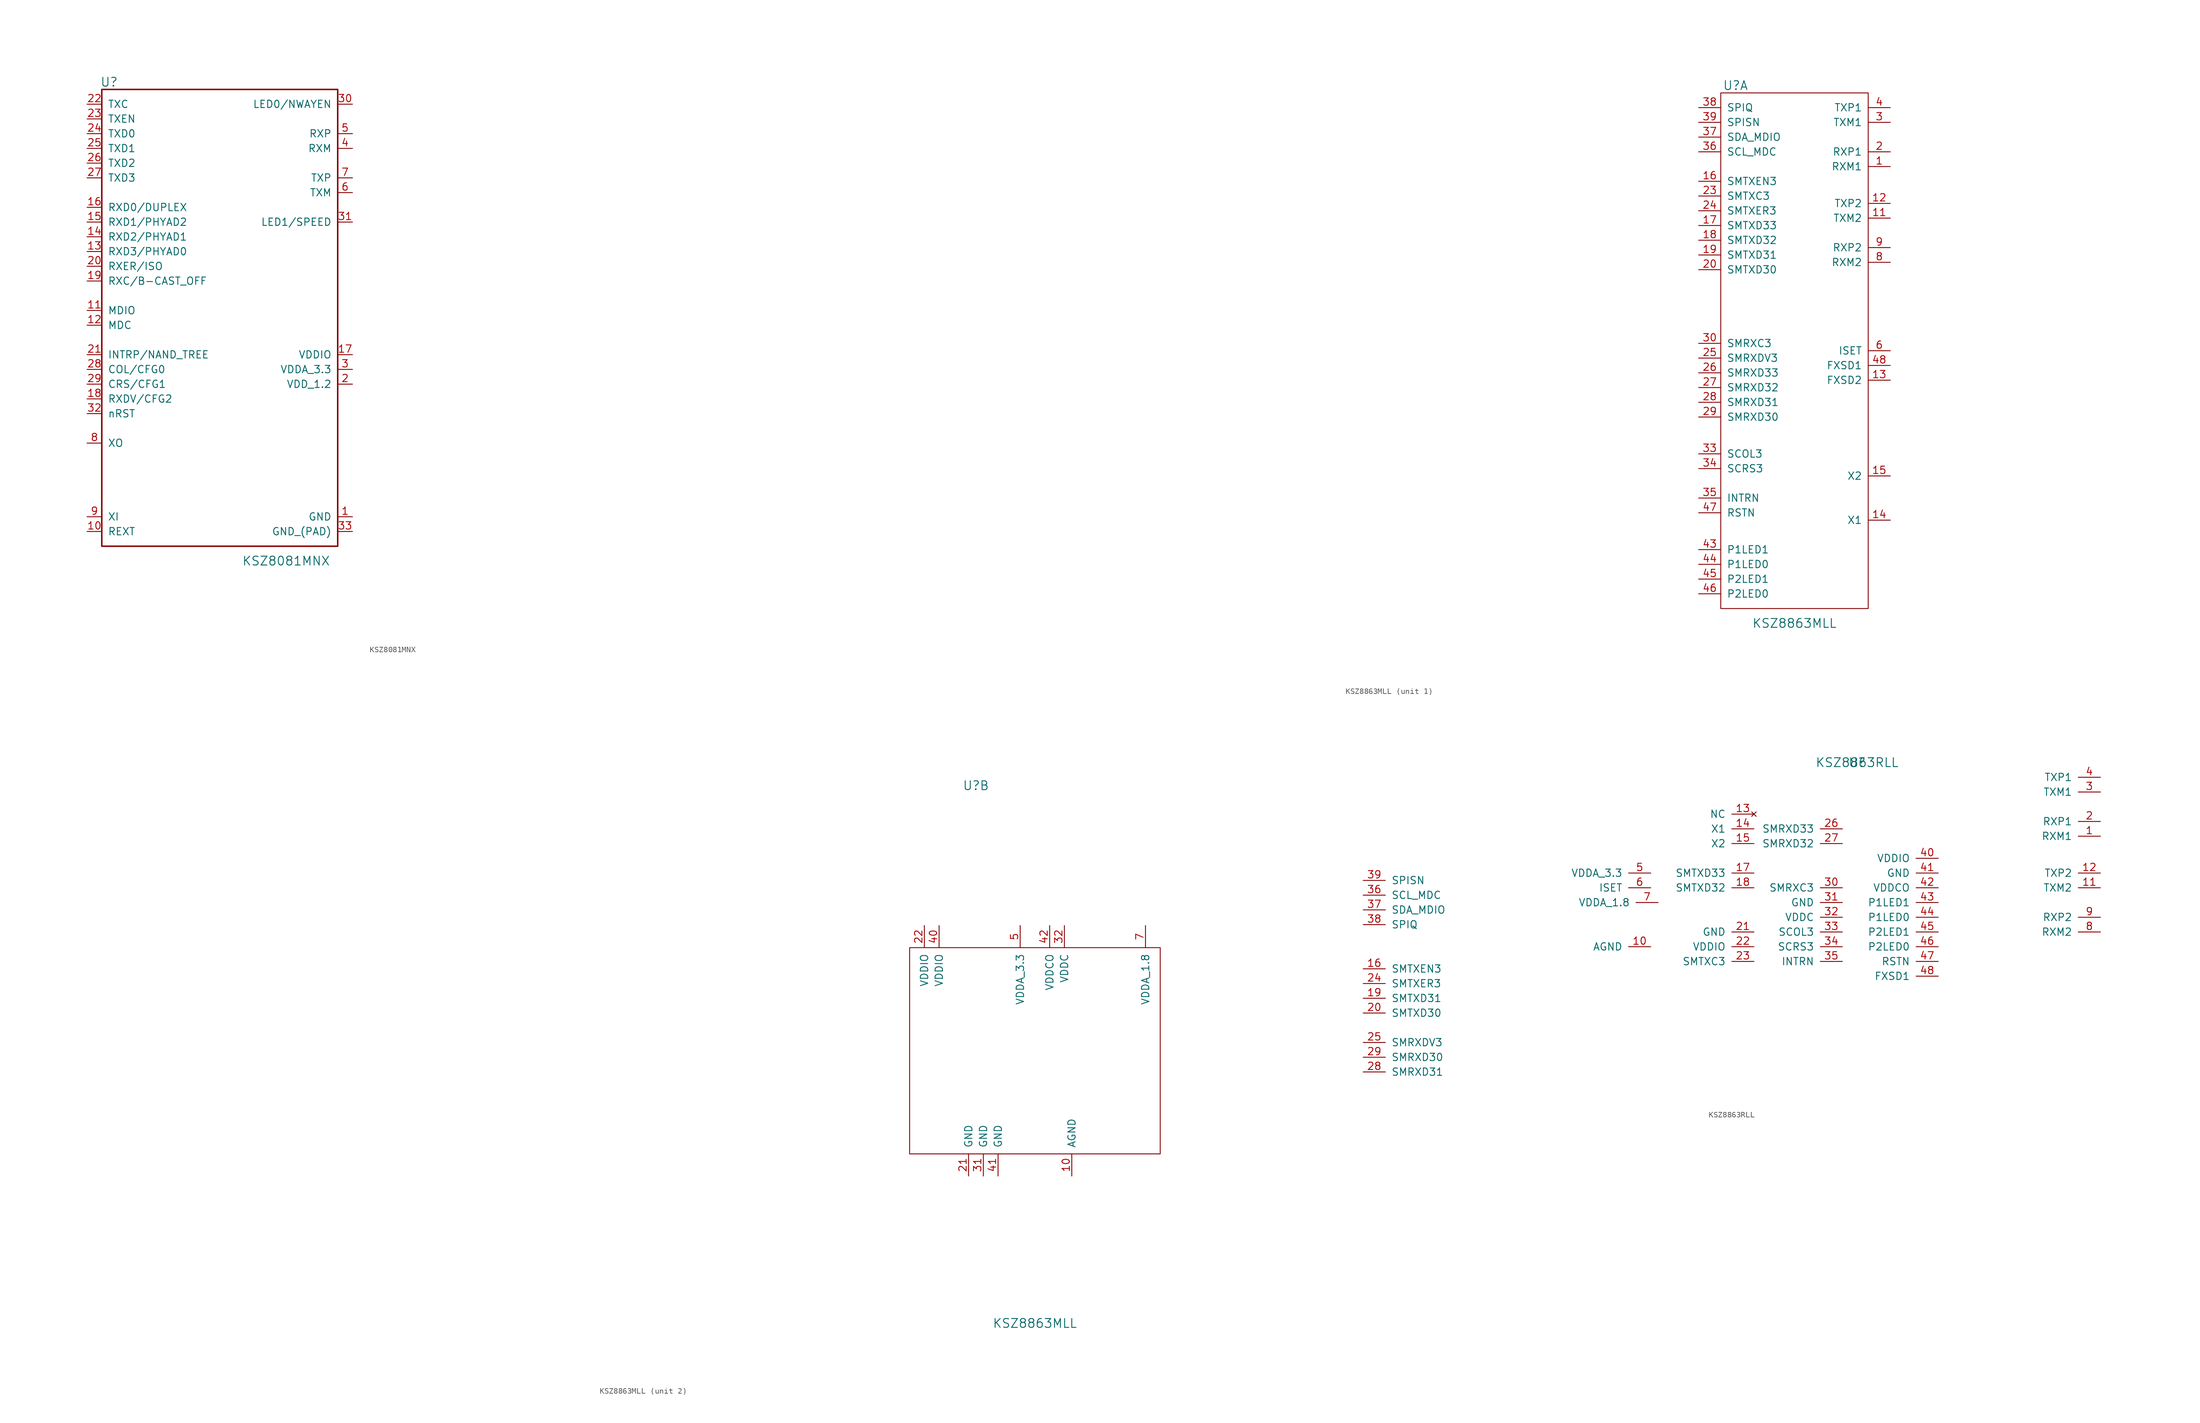
<source format=kicad_sym>
(kicad_symbol_lib
  (version 20210619)
  (generator kicad_symbol_editor)
  (symbol "tinkerforge:KSZ8081MNX"
    (pin_names
      (offset 1.016))
    (property "Reference" "U"
      (at -19.05 40.64 0)
      (effects (font (size 1.524 1.524))))
    (property "Value" "KSZ8081MNX"
      (at 11.43 -41.91 0)
      (effects (font (size 1.524 1.524))))
    (property "Footprint" ""
      (at 82.55 -46.99 0)
      (effects (font (size 1.524 1.524))))
    (property "Datasheet" ""
      (at 82.55 -46.99 0)
      (effects (font (size 1.524 1.524))))
    (symbol "KSZ8081MNX_0_1"
      (rectangle (start -20.32 39.37) (end 20.32 -39.37) (stroke (width 0.254)) (fill (type none))))
    (symbol "KSZ8081MNX_1_1"
      (pin passive line (at 22.86 -34.29 180) (length 2.54) (name "GND" (effects (font (size 1.27 1.27)))) (number "1" (effects (font (size 1.27 1.27)))))
      (pin passive line (at -22.86 -36.83 0) (length 2.54) (name "REXT" (effects (font (size 1.27 1.27)))) (number "10" (effects (font (size 1.27 1.27)))))
      (pin passive line (at -22.86 1.27 0) (length 2.54) (name "MDIO" (effects (font (size 1.27 1.27)))) (number "11" (effects (font (size 1.27 1.27)))))
      (pin passive line (at -22.86 -1.27 0) (length 2.54) (name "MDC" (effects (font (size 1.27 1.27)))) (number "12" (effects (font (size 1.27 1.27)))))
      (pin passive line (at -22.86 11.43 0) (length 2.54) (name "RXD3/PHYAD0" (effects (font (size 1.27 1.27)))) (number "13" (effects (font (size 1.27 1.27)))))
      (pin passive line (at -22.86 13.97 0) (length 2.54) (name "RXD2/PHYAD1" (effects (font (size 1.27 1.27)))) (number "14" (effects (font (size 1.27 1.27)))))
      (pin passive line (at -22.86 16.51 0) (length 2.54) (name "RXD1/PHYAD2" (effects (font (size 1.27 1.27)))) (number "15" (effects (font (size 1.27 1.27)))))
      (pin passive line (at -22.86 19.05 0) (length 2.54) (name "RXD0/DUPLEX" (effects (font (size 1.27 1.27)))) (number "16" (effects (font (size 1.27 1.27)))))
      (pin passive line (at 22.86 -6.35 180) (length 2.54) (name "VDDIO" (effects (font (size 1.27 1.27)))) (number "17" (effects (font (size 1.27 1.27)))))
      (pin passive line (at -22.86 -13.97 0) (length 2.54) (name "RXDV/CFG2" (effects (font (size 1.27 1.27)))) (number "18" (effects (font (size 1.27 1.27)))))
      (pin passive line (at -22.86 6.35 0) (length 2.54) (name "RXC/B-CAST_OFF" (effects (font (size 1.27 1.27)))) (number "19" (effects (font (size 1.27 1.27)))))
      (pin passive line (at 22.86 -11.43 180) (length 2.54) (name "VDD_1.2" (effects (font (size 1.27 1.27)))) (number "2" (effects (font (size 1.27 1.27)))))
      (pin passive line (at -22.86 8.89 0) (length 2.54) (name "RXER/ISO" (effects (font (size 1.27 1.27)))) (number "20" (effects (font (size 1.27 1.27)))))
      (pin passive line (at -22.86 -6.35 0) (length 2.54) (name "INTRP/NAND_TREE" (effects (font (size 1.27 1.27)))) (number "21" (effects (font (size 1.27 1.27)))))
      (pin passive line (at -22.86 36.83 0) (length 2.54) (name "TXC" (effects (font (size 1.27 1.27)))) (number "22" (effects (font (size 1.27 1.27)))))
      (pin passive line (at -22.86 34.29 0) (length 2.54) (name "TXEN" (effects (font (size 1.27 1.27)))) (number "23" (effects (font (size 1.27 1.27)))))
      (pin passive line (at -22.86 31.75 0) (length 2.54) (name "TXD0" (effects (font (size 1.27 1.27)))) (number "24" (effects (font (size 1.27 1.27)))))
      (pin passive line (at -22.86 29.21 0) (length 2.54) (name "TXD1" (effects (font (size 1.27 1.27)))) (number "25" (effects (font (size 1.27 1.27)))))
      (pin passive line (at -22.86 26.67 0) (length 2.54) (name "TXD2" (effects (font (size 1.27 1.27)))) (number "26" (effects (font (size 1.27 1.27)))))
      (pin passive line (at -22.86 24.13 0) (length 2.54) (name "TXD3" (effects (font (size 1.27 1.27)))) (number "27" (effects (font (size 1.27 1.27)))))
      (pin passive line (at -22.86 -8.89 0) (length 2.54) (name "COL/CFG0" (effects (font (size 1.27 1.27)))) (number "28" (effects (font (size 1.27 1.27)))))
      (pin passive line (at -22.86 -11.43 0) (length 2.54) (name "CRS/CFG1" (effects (font (size 1.27 1.27)))) (number "29" (effects (font (size 1.27 1.27)))))
      (pin passive line (at 22.86 -8.89 180) (length 2.54) (name "VDDA_3.3" (effects (font (size 1.27 1.27)))) (number "3" (effects (font (size 1.27 1.27)))))
      (pin passive line (at 22.86 36.83 180) (length 2.54) (name "LED0/NWAYEN" (effects (font (size 1.27 1.27)))) (number "30" (effects (font (size 1.27 1.27)))))
      (pin passive line (at 22.86 16.51 180) (length 2.54) (name "LED1/SPEED" (effects (font (size 1.27 1.27)))) (number "31" (effects (font (size 1.27 1.27)))))
      (pin passive line (at -22.86 -16.51 0) (length 2.54) (name "nRST" (effects (font (size 1.27 1.27)))) (number "32" (effects (font (size 1.27 1.27)))))
      (pin passive line (at 22.86 -36.83 180) (length 2.54) (name "GND_(PAD)" (effects (font (size 1.27 1.27)))) (number "33" (effects (font (size 1.27 1.27)))))
      (pin passive line (at 22.86 29.21 180) (length 2.54) (name "RXM" (effects (font (size 1.27 1.27)))) (number "4" (effects (font (size 1.27 1.27)))))
      (pin passive line (at 22.86 31.75 180) (length 2.54) (name "RXP" (effects (font (size 1.27 1.27)))) (number "5" (effects (font (size 1.27 1.27)))))
      (pin passive line (at 22.86 21.59 180) (length 2.54) (name "TXM" (effects (font (size 1.27 1.27)))) (number "6" (effects (font (size 1.27 1.27)))))
      (pin passive line (at 22.86 24.13 180) (length 2.54) (name "TXP" (effects (font (size 1.27 1.27)))) (number "7" (effects (font (size 1.27 1.27)))))
      (pin passive line (at -22.86 -21.59 0) (length 2.54) (name "XO" (effects (font (size 1.27 1.27)))) (number "8" (effects (font (size 1.27 1.27)))))
      (pin passive line (at -22.86 -34.29 0) (length 2.54) (name "XI" (effects (font (size 1.27 1.27)))) (number "9" (effects (font (size 1.27 1.27)))))))
  (symbol "tinkerforge:KSZ8863MLL"
    (pin_names
      (offset 1.016))
    (property "Reference" "U"
      (at -10.16 45.72 0)
      (effects (font (size 1.524 1.524))))
    (property "Value" "KSZ8863MLL"
      (at 0 -46.99 0)
      (effects (font (size 1.524 1.524))))
    (property "Footprint" ""
      (at -156.21 -8.89 0)
      (effects (font (size 1.524 1.524))))
    (property "Datasheet" ""
      (at -156.21 -8.89 0)
      (effects (font (size 1.524 1.524))))
    (symbol "KSZ8863MLL_1_1"
      (rectangle (start -12.7 44.45) (end 12.7 -44.45) (stroke (width 0)) (fill (type none)))
      (pin passive line (at 16.51 31.75 180) (length 3.81) (name "RXM1" (effects (font (size 1.27 1.27)))) (number "1" (effects (font (size 1.27 1.27)))))
      (pin passive line (at 16.51 22.86 180) (length 3.81) (name "TXM2" (effects (font (size 1.27 1.27)))) (number "11" (effects (font (size 1.27 1.27)))))
      (pin passive line (at 16.51 25.4 180) (length 3.81) (name "TXP2" (effects (font (size 1.27 1.27)))) (number "12" (effects (font (size 1.27 1.27)))))
      (pin passive line (at 16.51 -5.08 180) (length 3.81) (name "FXSD2" (effects (font (size 1.27 1.27)))) (number "13" (effects (font (size 1.27 1.27)))))
      (pin passive line (at 16.51 -29.21 180) (length 3.81) (name "X1" (effects (font (size 1.27 1.27)))) (number "14" (effects (font (size 1.27 1.27)))))
      (pin passive line (at 16.51 -21.59 180) (length 3.81) (name "X2" (effects (font (size 1.27 1.27)))) (number "15" (effects (font (size 1.27 1.27)))))
      (pin passive line (at -16.51 29.21 0) (length 3.81) (name "SMTXEN3" (effects (font (size 1.27 1.27)))) (number "16" (effects (font (size 1.27 1.27)))))
      (pin passive line (at -16.51 21.59 0) (length 3.81) (name "SMTXD33" (effects (font (size 1.27 1.27)))) (number "17" (effects (font (size 1.27 1.27)))))
      (pin passive line (at -16.51 19.05 0) (length 3.81) (name "SMTXD32" (effects (font (size 1.27 1.27)))) (number "18" (effects (font (size 1.27 1.27)))))
      (pin passive line (at -16.51 16.51 0) (length 3.81) (name "SMTXD31" (effects (font (size 1.27 1.27)))) (number "19" (effects (font (size 1.27 1.27)))))
      (pin passive line (at 16.51 34.29 180) (length 3.81) (name "RXP1" (effects (font (size 1.27 1.27)))) (number "2" (effects (font (size 1.27 1.27)))))
      (pin passive line (at -16.51 13.97 0) (length 3.81) (name "SMTXD30" (effects (font (size 1.27 1.27)))) (number "20" (effects (font (size 1.27 1.27)))))
      (pin passive line (at -16.51 26.67 0) (length 3.81) (name "SMTXC3" (effects (font (size 1.27 1.27)))) (number "23" (effects (font (size 1.27 1.27)))))
      (pin passive line (at -16.51 24.13 0) (length 3.81) (name "SMTXER3" (effects (font (size 1.27 1.27)))) (number "24" (effects (font (size 1.27 1.27)))))
      (pin passive line (at -16.51 -1.27 0) (length 3.81) (name "SMRXDV3" (effects (font (size 1.27 1.27)))) (number "25" (effects (font (size 1.27 1.27)))))
      (pin passive line (at -16.51 -3.81 0) (length 3.81) (name "SMRXD33" (effects (font (size 1.27 1.27)))) (number "26" (effects (font (size 1.27 1.27)))))
      (pin passive line (at -16.51 -6.35 0) (length 3.81) (name "SMRXD32" (effects (font (size 1.27 1.27)))) (number "27" (effects (font (size 1.27 1.27)))))
      (pin passive line (at -16.51 -8.89 0) (length 3.81) (name "SMRXD31" (effects (font (size 1.27 1.27)))) (number "28" (effects (font (size 1.27 1.27)))))
      (pin passive line (at -16.51 -11.43 0) (length 3.81) (name "SMRXD30" (effects (font (size 1.27 1.27)))) (number "29" (effects (font (size 1.27 1.27)))))
      (pin passive line (at 16.51 39.37 180) (length 3.81) (name "TXM1" (effects (font (size 1.27 1.27)))) (number "3" (effects (font (size 1.27 1.27)))))
      (pin passive line (at -16.51 1.27 0) (length 3.81) (name "SMRXC3" (effects (font (size 1.27 1.27)))) (number "30" (effects (font (size 1.27 1.27)))))
      (pin passive line (at -16.51 -17.78 0) (length 3.81) (name "SCOL3" (effects (font (size 1.27 1.27)))) (number "33" (effects (font (size 1.27 1.27)))))
      (pin passive line (at -16.51 -20.32 0) (length 3.81) (name "SCRS3" (effects (font (size 1.27 1.27)))) (number "34" (effects (font (size 1.27 1.27)))))
      (pin passive line (at -16.51 -25.4 0) (length 3.81) (name "INTRN" (effects (font (size 1.27 1.27)))) (number "35" (effects (font (size 1.27 1.27)))))
      (pin passive line (at -16.51 34.29 0) (length 3.81) (name "SCL_MDC" (effects (font (size 1.27 1.27)))) (number "36" (effects (font (size 1.27 1.27)))))
      (pin passive line (at -16.51 36.83 0) (length 3.81) (name "SDA_MDIO" (effects (font (size 1.27 1.27)))) (number "37" (effects (font (size 1.27 1.27)))))
      (pin passive line (at -16.51 41.91 0) (length 3.81) (name "SPIQ" (effects (font (size 1.27 1.27)))) (number "38" (effects (font (size 1.27 1.27)))))
      (pin passive line (at -16.51 39.37 0) (length 3.81) (name "SPISN" (effects (font (size 1.27 1.27)))) (number "39" (effects (font (size 1.27 1.27)))))
      (pin passive line (at 16.51 41.91 180) (length 3.81) (name "TXP1" (effects (font (size 1.27 1.27)))) (number "4" (effects (font (size 1.27 1.27)))))
      (pin passive line (at -16.51 -34.29 0) (length 3.81) (name "P1LED1" (effects (font (size 1.27 1.27)))) (number "43" (effects (font (size 1.27 1.27)))))
      (pin passive line (at -16.51 -36.83 0) (length 3.81) (name "P1LED0" (effects (font (size 1.27 1.27)))) (number "44" (effects (font (size 1.27 1.27)))))
      (pin passive line (at -16.51 -39.37 0) (length 3.81) (name "P2LED1" (effects (font (size 1.27 1.27)))) (number "45" (effects (font (size 1.27 1.27)))))
      (pin passive line (at -16.51 -41.91 0) (length 3.81) (name "P2LED0" (effects (font (size 1.27 1.27)))) (number "46" (effects (font (size 1.27 1.27)))))
      (pin passive line (at -16.51 -27.94 0) (length 3.81) (name "RSTN" (effects (font (size 1.27 1.27)))) (number "47" (effects (font (size 1.27 1.27)))))
      (pin passive line (at 16.51 -2.54 180) (length 3.81) (name "FXSD1" (effects (font (size 1.27 1.27)))) (number "48" (effects (font (size 1.27 1.27)))))
      (pin passive line (at 16.51 0 180) (length 3.81) (name "ISET" (effects (font (size 1.27 1.27)))) (number "6" (effects (font (size 1.27 1.27)))))
      (pin passive line (at 16.51 15.24 180) (length 3.81) (name "RXM2" (effects (font (size 1.27 1.27)))) (number "8" (effects (font (size 1.27 1.27)))))
      (pin passive line (at 16.51 17.78 180) (length 3.81) (name "RXP2" (effects (font (size 1.27 1.27)))) (number "9" (effects (font (size 1.27 1.27))))))
    (symbol "KSZ8863MLL_2_1"
      (rectangle (start -21.59 17.78) (end 21.59 -17.78) (stroke (width 0)) (fill (type none)))
      (pin passive line (at 6.35 -21.59 90) (length 3.81) (name "AGND" (effects (font (size 1.27 1.27)))) (number "10" (effects (font (size 1.27 1.27)))))
      (pin passive line (at -11.43 -21.59 90) (length 3.81) (name "GND" (effects (font (size 1.27 1.27)))) (number "21" (effects (font (size 1.27 1.27)))))
      (pin passive line (at -19.05 21.59 270) (length 3.81) (name "VDDIO" (effects (font (size 1.27 1.27)))) (number "22" (effects (font (size 1.27 1.27)))))
      (pin passive line (at -8.89 -21.59 90) (length 3.81) (name "GND" (effects (font (size 1.27 1.27)))) (number "31" (effects (font (size 1.27 1.27)))))
      (pin passive line (at 5.08 21.59 270) (length 3.81) (name "VDDC" (effects (font (size 1.27 1.27)))) (number "32" (effects (font (size 1.27 1.27)))))
      (pin passive line (at -16.51 21.59 270) (length 3.81) (name "VDDIO" (effects (font (size 1.27 1.27)))) (number "40" (effects (font (size 1.27 1.27)))))
      (pin passive line (at -6.35 -21.59 90) (length 3.81) (name "GND" (effects (font (size 1.27 1.27)))) (number "41" (effects (font (size 1.27 1.27)))))
      (pin passive line (at 2.54 21.59 270) (length 3.81) (name "VDDCO" (effects (font (size 1.27 1.27)))) (number "42" (effects (font (size 1.27 1.27)))))
      (pin passive line (at -2.54 21.59 270) (length 3.81) (name "VDDA_3.3" (effects (font (size 1.27 1.27)))) (number "5" (effects (font (size 1.27 1.27)))))
      (pin passive line (at 19.05 21.59 270) (length 3.81) (name "VDDA_1.8" (effects (font (size 1.27 1.27)))) (number "7" (effects (font (size 1.27 1.27)))))))
  (symbol "tinkerforge:KSZ8863RLL"
    (pin_names
      (offset 1.016))
    (property "Reference" "U"
      (at 0 0 0)
      (effects (font (size 1.524 1.524))))
    (property "Value" "KSZ8863RLL"
      (at 0 0 0)
      (effects (font (size 1.524 1.524))))
    (property "Footprint" ""
      (at 0 0 0)
      (effects (font (size 1.524 1.524))))
    (property "Datasheet" ""
      (at 0 0 0)
      (effects (font (size 1.524 1.524))))
    (symbol "KSZ8863RLL_1_1"
      (pin passive line (at 41.91 -12.7 180) (length 3.81) (name "RXM1" (effects (font (size 1.27 1.27)))) (number "1" (effects (font (size 1.27 1.27)))))
      (pin passive line (at -35.56 -31.75 180) (length 3.81) (name "AGND" (effects (font (size 1.27 1.27)))) (number "10" (effects (font (size 1.27 1.27)))))
      (pin passive line (at 41.91 -21.59 180) (length 3.81) (name "TXM2" (effects (font (size 1.27 1.27)))) (number "11" (effects (font (size 1.27 1.27)))))
      (pin passive line (at 41.91 -19.05 180) (length 3.81) (name "TXP2" (effects (font (size 1.27 1.27)))) (number "12" (effects (font (size 1.27 1.27)))))
      (pin no_connect line (at -17.78 -8.89 180) (length 3.81) (name "NC" (effects (font (size 1.27 1.27)))) (number "13" (effects (font (size 1.27 1.27)))))
      (pin passive line (at -17.78 -11.43 180) (length 3.81) (name "X1" (effects (font (size 1.27 1.27)))) (number "14" (effects (font (size 1.27 1.27)))))
      (pin passive line (at -17.78 -13.97 180) (length 3.81) (name "X2" (effects (font (size 1.27 1.27)))) (number "15" (effects (font (size 1.27 1.27)))))
      (pin passive line (at -85.09 -35.56 0) (length 3.81) (name "SMTXEN3" (effects (font (size 1.27 1.27)))) (number "16" (effects (font (size 1.27 1.27)))))
      (pin passive line (at -17.78 -19.05 180) (length 3.81) (name "SMTXD33" (effects (font (size 1.27 1.27)))) (number "17" (effects (font (size 1.27 1.27)))))
      (pin passive line (at -17.78 -21.59 180) (length 3.81) (name "SMTXD32" (effects (font (size 1.27 1.27)))) (number "18" (effects (font (size 1.27 1.27)))))
      (pin passive line (at -85.09 -40.64 0) (length 3.81) (name "SMTXD31" (effects (font (size 1.27 1.27)))) (number "19" (effects (font (size 1.27 1.27)))))
      (pin passive line (at 41.91 -10.16 180) (length 3.81) (name "RXP1" (effects (font (size 1.27 1.27)))) (number "2" (effects (font (size 1.27 1.27)))))
      (pin passive line (at -85.09 -43.18 0) (length 3.81) (name "SMTXD30" (effects (font (size 1.27 1.27)))) (number "20" (effects (font (size 1.27 1.27)))))
      (pin passive line (at -17.78 -29.21 180) (length 3.81) (name "GND" (effects (font (size 1.27 1.27)))) (number "21" (effects (font (size 1.27 1.27)))))
      (pin passive line (at -17.78 -31.75 180) (length 3.81) (name "VDDIO" (effects (font (size 1.27 1.27)))) (number "22" (effects (font (size 1.27 1.27)))))
      (pin passive line (at -17.78 -34.29 180) (length 3.81) (name "SMTXC3" (effects (font (size 1.27 1.27)))) (number "23" (effects (font (size 1.27 1.27)))))
      (pin passive line (at -85.09 -38.1 0) (length 3.81) (name "SMTXER3" (effects (font (size 1.27 1.27)))) (number "24" (effects (font (size 1.27 1.27)))))
      (pin passive line (at -85.09 -48.26 0) (length 3.81) (name "SMRXDV3" (effects (font (size 1.27 1.27)))) (number "25" (effects (font (size 1.27 1.27)))))
      (pin passive line (at -2.54 -11.43 180) (length 3.81) (name "SMRXD33" (effects (font (size 1.27 1.27)))) (number "26" (effects (font (size 1.27 1.27)))))
      (pin passive line (at -2.54 -13.97 180) (length 3.81) (name "SMRXD32" (effects (font (size 1.27 1.27)))) (number "27" (effects (font (size 1.27 1.27)))))
      (pin passive line (at -85.09 -53.34 0) (length 3.81) (name "SMRXD31" (effects (font (size 1.27 1.27)))) (number "28" (effects (font (size 1.27 1.27)))))
      (pin passive line (at -85.09 -50.8 0) (length 3.81) (name "SMRXD30" (effects (font (size 1.27 1.27)))) (number "29" (effects (font (size 1.27 1.27)))))
      (pin passive line (at 41.91 -5.08 180) (length 3.81) (name "TXM1" (effects (font (size 1.27 1.27)))) (number "3" (effects (font (size 1.27 1.27)))))
      (pin passive line (at -2.54 -21.59 180) (length 3.81) (name "SMRXC3" (effects (font (size 1.27 1.27)))) (number "30" (effects (font (size 1.27 1.27)))))
      (pin passive line (at -2.54 -24.13 180) (length 3.81) (name "GND" (effects (font (size 1.27 1.27)))) (number "31" (effects (font (size 1.27 1.27)))))
      (pin passive line (at -2.54 -26.67 180) (length 3.81) (name "VDDC" (effects (font (size 1.27 1.27)))) (number "32" (effects (font (size 1.27 1.27)))))
      (pin passive line (at -2.54 -29.21 180) (length 3.81) (name "SCOL3" (effects (font (size 1.27 1.27)))) (number "33" (effects (font (size 1.27 1.27)))))
      (pin passive line (at -2.54 -31.75 180) (length 3.81) (name "SCRS3" (effects (font (size 1.27 1.27)))) (number "34" (effects (font (size 1.27 1.27)))))
      (pin passive line (at -2.54 -34.29 180) (length 3.81) (name "INTRN" (effects (font (size 1.27 1.27)))) (number "35" (effects (font (size 1.27 1.27)))))
      (pin passive line (at -85.09 -22.86 0) (length 3.81) (name "SCL_MDC" (effects (font (size 1.27 1.27)))) (number "36" (effects (font (size 1.27 1.27)))))
      (pin passive line (at -85.09 -25.4 0) (length 3.81) (name "SDA_MDIO" (effects (font (size 1.27 1.27)))) (number "37" (effects (font (size 1.27 1.27)))))
      (pin passive line (at -85.09 -27.94 0) (length 3.81) (name "SPIQ" (effects (font (size 1.27 1.27)))) (number "38" (effects (font (size 1.27 1.27)))))
      (pin passive line (at -85.09 -20.32 0) (length 3.81) (name "SPISN" (effects (font (size 1.27 1.27)))) (number "39" (effects (font (size 1.27 1.27)))))
      (pin passive line (at 41.91 -2.54 180) (length 3.81) (name "TXP1" (effects (font (size 1.27 1.27)))) (number "4" (effects (font (size 1.27 1.27)))))
      (pin passive line (at 13.97 -16.51 180) (length 3.81) (name "VDDIO" (effects (font (size 1.27 1.27)))) (number "40" (effects (font (size 1.27 1.27)))))
      (pin passive line (at 13.97 -19.05 180) (length 3.81) (name "GND" (effects (font (size 1.27 1.27)))) (number "41" (effects (font (size 1.27 1.27)))))
      (pin passive line (at 13.97 -21.59 180) (length 3.81) (name "VDDCO" (effects (font (size 1.27 1.27)))) (number "42" (effects (font (size 1.27 1.27)))))
      (pin passive line (at 13.97 -24.13 180) (length 3.81) (name "P1LED1" (effects (font (size 1.27 1.27)))) (number "43" (effects (font (size 1.27 1.27)))))
      (pin passive line (at 13.97 -26.67 180) (length 3.81) (name "P1LED0" (effects (font (size 1.27 1.27)))) (number "44" (effects (font (size 1.27 1.27)))))
      (pin passive line (at 13.97 -29.21 180) (length 3.81) (name "P2LED1" (effects (font (size 1.27 1.27)))) (number "45" (effects (font (size 1.27 1.27)))))
      (pin passive line (at 13.97 -31.75 180) (length 3.81) (name "P2LED0" (effects (font (size 1.27 1.27)))) (number "46" (effects (font (size 1.27 1.27)))))
      (pin passive line (at 13.97 -34.29 180) (length 3.81) (name "RSTN" (effects (font (size 1.27 1.27)))) (number "47" (effects (font (size 1.27 1.27)))))
      (pin passive line (at 13.97 -36.83 180) (length 3.81) (name "FXSD1" (effects (font (size 1.27 1.27)))) (number "48" (effects (font (size 1.27 1.27)))))
      (pin passive line (at -35.56 -19.05 180) (length 3.81) (name "VDDA_3.3" (effects (font (size 1.27 1.27)))) (number "5" (effects (font (size 1.27 1.27)))))
      (pin passive line (at -35.56 -21.59 180) (length 3.81) (name "ISET" (effects (font (size 1.27 1.27)))) (number "6" (effects (font (size 1.27 1.27)))))
      (pin passive line (at -34.29 -24.13 180) (length 3.81) (name "VDDA_1.8" (effects (font (size 1.27 1.27)))) (number "7" (effects (font (size 1.27 1.27)))))
      (pin passive line (at 41.91 -29.21 180) (length 3.81) (name "RXM2" (effects (font (size 1.27 1.27)))) (number "8" (effects (font (size 1.27 1.27)))))
      (pin passive line (at 41.91 -26.67 180) (length 3.81) (name "RXP2" (effects (font (size 1.27 1.27)))) (number "9" (effects (font (size 1.27 1.27))))))))
</source>
